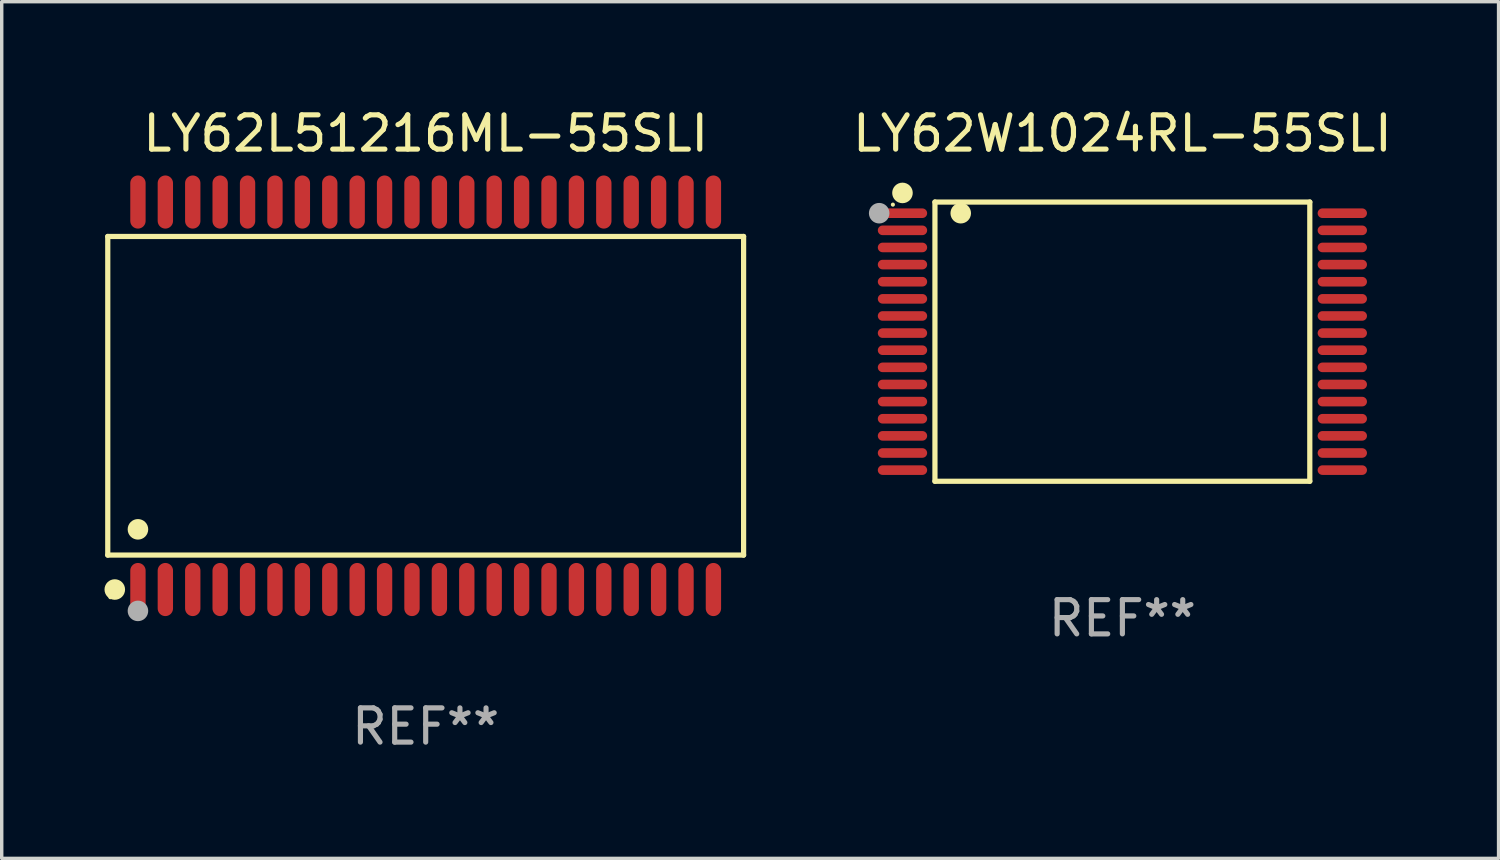
<source format=kicad_pcb>
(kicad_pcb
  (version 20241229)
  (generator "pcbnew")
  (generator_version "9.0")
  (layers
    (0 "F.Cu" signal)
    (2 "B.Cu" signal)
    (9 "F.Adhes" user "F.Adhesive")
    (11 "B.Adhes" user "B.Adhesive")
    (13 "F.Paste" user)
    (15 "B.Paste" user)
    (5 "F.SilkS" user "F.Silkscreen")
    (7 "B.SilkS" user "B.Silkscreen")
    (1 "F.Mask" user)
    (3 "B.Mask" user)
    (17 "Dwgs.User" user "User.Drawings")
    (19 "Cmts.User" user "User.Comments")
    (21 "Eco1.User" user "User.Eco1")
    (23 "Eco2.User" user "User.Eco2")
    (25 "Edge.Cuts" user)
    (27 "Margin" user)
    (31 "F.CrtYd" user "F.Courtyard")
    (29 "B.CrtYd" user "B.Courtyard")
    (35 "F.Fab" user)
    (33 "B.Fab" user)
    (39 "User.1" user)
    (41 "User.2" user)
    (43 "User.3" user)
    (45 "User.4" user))
  (footprint "LY62W1024RL-55SLI"
    (layer "F.Cu")
    (at 29.716 6.924)
    (property "Reference" "LY62W1024RL-55SLI" (at 0 -6.076 0) (layer "F.SilkS") (effects (font (size 1 1) (thickness 0.15))))
    (attr through_hole)
    (fp_line (start -5.472 -4.076) (end 5.471 -4.076) (stroke (width 0.152) (type solid)) (layer "F.SilkS"))
    (fp_line (start -5.472 4.076) (end -5.472 -4.076) (stroke (width 0.152) (type solid)) (layer "F.SilkS"))
    (fp_line (start 5.471 -4.076) (end 5.471 4.076) (stroke (width 0.152) (type solid)) (layer "F.SilkS"))
    (fp_line (start 5.471 4.076) (end -5.472 4.076) (stroke (width 0.152) (type solid)) (layer "F.SilkS"))
    (fp_circle (center -6.7 -4) (end -6.67 -4) (stroke (width 0.06) (type solid)) (fill no) (layer "F.SilkS"))
    (fp_circle (center -6.42 -4.342) (end -6.27 -4.342) (stroke (width 0.3) (type solid)) (fill no) (layer "F.SilkS"))
    (fp_circle (center -4.719 -3.75) (end -4.569 -3.75) (stroke (width 0.3) (type solid)) (fill no) (layer "F.SilkS"))
    (fp_circle (center -7.1 -3.75) (end -6.95 -3.75) (stroke (width 0.3) (type solid)) (fill no) (layer "F.Fab"))
    (fp_text user "REF**" (at 0 8.076 0) (layer "F.Fab") (effects (font (size 1 1) (thickness 0.15))))
    (pad "1" smd oval (at -6.42 -3.75 270) (size 0.28 1.44) (layers "F.Cu" "F.Mask" "F.Paste"))
    (pad "2" smd oval (at -6.42 -3.25 270) (size 0.28 1.44) (layers "F.Cu" "F.Mask" "F.Paste"))
    (pad "3" smd oval (at -6.42 -2.75 270) (size 0.28 1.44) (layers "F.Cu" "F.Mask" "F.Paste"))
    (pad "4" smd oval (at -6.42 -2.25 270) (size 0.28 1.44) (layers "F.Cu" "F.Mask" "F.Paste"))
    (pad "5" smd oval (at -6.42 -1.75 270) (size 0.28 1.44) (layers "F.Cu" "F.Mask" "F.Paste"))
    (pad "6" smd oval (at -6.42 -1.25 270) (size 0.28 1.44) (layers "F.Cu" "F.Mask" "F.Paste"))
    (pad "7" smd oval (at -6.42 -0.75 270) (size 0.28 1.44) (layers "F.Cu" "F.Mask" "F.Paste"))
    (pad "8" smd oval (at -6.42 -0.25 270) (size 0.28 1.44) (layers "F.Cu" "F.Mask" "F.Paste"))
    (pad "9" smd oval (at -6.42 0.25 270) (size 0.28 1.44) (layers "F.Cu" "F.Mask" "F.Paste"))
    (pad "10" smd oval (at -6.42 0.75 270) (size 0.28 1.44) (layers "F.Cu" "F.Mask" "F.Paste"))
    (pad "11" smd oval (at -6.42 1.25 270) (size 0.28 1.44) (layers "F.Cu" "F.Mask" "F.Paste"))
    (pad "12" smd oval (at -6.42 1.75 270) (size 0.28 1.44) (layers "F.Cu" "F.Mask" "F.Paste"))
    (pad "13" smd oval (at -6.42 2.25 270) (size 0.28 1.44) (layers "F.Cu" "F.Mask" "F.Paste"))
    (pad "14" smd oval (at -6.42 2.75 270) (size 0.28 1.44) (layers "F.Cu" "F.Mask" "F.Paste"))
    (pad "15" smd oval (at -6.42 3.25 270) (size 0.28 1.44) (layers "F.Cu" "F.Mask" "F.Paste"))
    (pad "16" smd oval (at -6.42 3.75 270) (size 0.28 1.44) (layers "F.Cu" "F.Mask" "F.Paste"))
    (pad "17" smd oval (at 6.42 3.75 270) (size 0.28 1.44) (layers "F.Cu" "F.Mask" "F.Paste"))
    (pad "18" smd oval (at 6.42 3.25 270) (size 0.28 1.44) (layers "F.Cu" "F.Mask" "F.Paste"))
    (pad "19" smd oval (at 6.42 2.75 270) (size 0.28 1.44) (layers "F.Cu" "F.Mask" "F.Paste"))
    (pad "20" smd oval (at 6.42 2.25 270) (size 0.28 1.44) (layers "F.Cu" "F.Mask" "F.Paste"))
    (pad "21" smd oval (at 6.42 1.75 270) (size 0.28 1.44) (layers "F.Cu" "F.Mask" "F.Paste"))
    (pad "22" smd oval (at 6.42 1.25 270) (size 0.28 1.44) (layers "F.Cu" "F.Mask" "F.Paste"))
    (pad "23" smd oval (at 6.42 0.75 270) (size 0.28 1.44) (layers "F.Cu" "F.Mask" "F.Paste"))
    (pad "24" smd oval (at 6.42 0.25 270) (size 0.28 1.44) (layers "F.Cu" "F.Mask" "F.Paste"))
    (pad "25" smd oval (at 6.42 -0.25 270) (size 0.28 1.44) (layers "F.Cu" "F.Mask" "F.Paste"))
    (pad "26" smd oval (at 6.42 -0.75 270) (size 0.28 1.44) (layers "F.Cu" "F.Mask" "F.Paste"))
    (pad "27" smd oval (at 6.42 -1.25 270) (size 0.28 1.44) (layers "F.Cu" "F.Mask" "F.Paste"))
    (pad "28" smd oval (at 6.42 -1.75 270) (size 0.28 1.44) (layers "F.Cu" "F.Mask" "F.Paste"))
    (pad "29" smd oval (at 6.42 -2.25 270) (size 0.28 1.44) (layers "F.Cu" "F.Mask" "F.Paste"))
    (pad "30" smd oval (at 6.42 -2.75 270) (size 0.28 1.44) (layers "F.Cu" "F.Mask" "F.Paste"))
    (pad "31" smd oval (at 6.42 -3.25 270) (size 0.28 1.44) (layers "F.Cu" "F.Mask" "F.Paste"))
    (pad "32" smd oval (at 6.42 -3.75 270) (size 0.28 1.44) (layers "F.Cu" "F.Mask" "F.Paste")))
  (footprint "LY62L51216ML-55SLI"
    (layer "F.Cu")
    (at 9.377 8.504)
    (property "Reference" "LY62L51216ML-55SLI" (at 0 -7.656 0) (layer "F.SilkS") (effects (font (size 1 1) (thickness 0.15))))
    (attr through_hole)
    (fp_line (start -9.281 -4.651) (end 9.281 -4.651) (stroke (width 0.152) (type solid)) (layer "F.SilkS"))
    (fp_line (start -9.281 4.651) (end -9.281 -4.651) (stroke (width 0.152) (type solid)) (layer "F.SilkS"))
    (fp_line (start 9.281 -4.651) (end 9.281 4.651) (stroke (width 0.152) (type solid)) (layer "F.SilkS"))
    (fp_line (start 9.281 4.651) (end -9.281 4.651) (stroke (width 0.152) (type solid)) (layer "F.SilkS"))
    (fp_circle (center -9.205 5.88) (end -9.175 5.88) (stroke (width 0.06) (type solid)) (fill no) (layer "F.SilkS"))
    (fp_circle (center -9.076 5.656) (end -8.926 5.656) (stroke (width 0.3) (type solid)) (fill no) (layer "F.SilkS"))
    (fp_circle (center -8.4 3.899) (end -8.25 3.899) (stroke (width 0.3) (type solid)) (fill no) (layer "F.SilkS"))
    (fp_circle (center -8.4 6.28) (end -8.25 6.28) (stroke (width 0.3) (type solid)) (fill no) (layer "F.Fab"))
    (fp_text user "REF**" (at 0 9.656 0) (layer "F.Fab") (effects (font (size 1 1) (thickness 0.15))))
    (pad "1" smd oval (at -8.4 5.656) (size 0.448 1.551) (layers "F.Cu" "F.Mask" "F.Paste"))
    (pad "2" smd oval (at -7.6 5.656) (size 0.448 1.551) (layers "F.Cu" "F.Mask" "F.Paste"))
    (pad "3" smd oval (at -6.8 5.656) (size 0.448 1.551) (layers "F.Cu" "F.Mask" "F.Paste"))
    (pad "4" smd oval (at -6 5.656) (size 0.448 1.551) (layers "F.Cu" "F.Mask" "F.Paste"))
    (pad "5" smd oval (at -5.2 5.656) (size 0.448 1.551) (layers "F.Cu" "F.Mask" "F.Paste"))
    (pad "6" smd oval (at -4.4 5.656) (size 0.448 1.551) (layers "F.Cu" "F.Mask" "F.Paste"))
    (pad "7" smd oval (at -3.6 5.656) (size 0.448 1.551) (layers "F.Cu" "F.Mask" "F.Paste"))
    (pad "8" smd oval (at -2.8 5.656) (size 0.448 1.551) (layers "F.Cu" "F.Mask" "F.Paste"))
    (pad "9" smd oval (at -2 5.656) (size 0.448 1.551) (layers "F.Cu" "F.Mask" "F.Paste"))
    (pad "10" smd oval (at -1.2 5.656) (size 0.448 1.551) (layers "F.Cu" "F.Mask" "F.Paste"))
    (pad "11" smd oval (at -0.4 5.656) (size 0.448 1.551) (layers "F.Cu" "F.Mask" "F.Paste"))
    (pad "12" smd oval (at 0.4 5.656) (size 0.448 1.551) (layers "F.Cu" "F.Mask" "F.Paste"))
    (pad "13" smd oval (at 1.2 5.656) (size 0.448 1.551) (layers "F.Cu" "F.Mask" "F.Paste"))
    (pad "14" smd oval (at 2 5.656) (size 0.448 1.551) (layers "F.Cu" "F.Mask" "F.Paste"))
    (pad "15" smd oval (at 2.8 5.656) (size 0.448 1.551) (layers "F.Cu" "F.Mask" "F.Paste"))
    (pad "16" smd oval (at 3.6 5.656) (size 0.448 1.551) (layers "F.Cu" "F.Mask" "F.Paste"))
    (pad "17" smd oval (at 4.4 5.656) (size 0.448 1.551) (layers "F.Cu" "F.Mask" "F.Paste"))
    (pad "18" smd oval (at 5.2 5.656) (size 0.448 1.551) (layers "F.Cu" "F.Mask" "F.Paste"))
    (pad "19" smd oval (at 6 5.656) (size 0.448 1.551) (layers "F.Cu" "F.Mask" "F.Paste"))
    (pad "20" smd oval (at 6.8 5.656) (size 0.448 1.551) (layers "F.Cu" "F.Mask" "F.Paste"))
    (pad "21" smd oval (at 7.6 5.656) (size 0.448 1.551) (layers "F.Cu" "F.Mask" "F.Paste"))
    (pad "22" smd oval (at 8.4 5.656) (size 0.448 1.551) (layers "F.Cu" "F.Mask" "F.Paste"))
    (pad "23" smd oval (at 8.4 -5.656) (size 0.448 1.551) (layers "F.Cu" "F.Mask" "F.Paste"))
    (pad "24" smd oval (at 7.6 -5.656) (size 0.448 1.551) (layers "F.Cu" "F.Mask" "F.Paste"))
    (pad "25" smd oval (at 6.8 -5.656) (size 0.448 1.551) (layers "F.Cu" "F.Mask" "F.Paste"))
    (pad "26" smd oval (at 6 -5.656) (size 0.448 1.551) (layers "F.Cu" "F.Mask" "F.Paste"))
    (pad "27" smd oval (at 5.2 -5.656) (size 0.448 1.551) (layers "F.Cu" "F.Mask" "F.Paste"))
    (pad "28" smd oval (at 4.4 -5.656) (size 0.448 1.551) (layers "F.Cu" "F.Mask" "F.Paste"))
    (pad "29" smd oval (at 3.6 -5.656) (size 0.448 1.551) (layers "F.Cu" "F.Mask" "F.Paste"))
    (pad "30" smd oval (at 2.8 -5.656) (size 0.448 1.551) (layers "F.Cu" "F.Mask" "F.Paste"))
    (pad "31" smd oval (at 2 -5.656) (size 0.448 1.551) (layers "F.Cu" "F.Mask" "F.Paste"))
    (pad "32" smd oval (at 1.2 -5.656) (size 0.448 1.551) (layers "F.Cu" "F.Mask" "F.Paste"))
    (pad "33" smd oval (at 0.4 -5.656) (size 0.448 1.551) (layers "F.Cu" "F.Mask" "F.Paste"))
    (pad "34" smd oval (at -0.4 -5.656) (size 0.448 1.551) (layers "F.Cu" "F.Mask" "F.Paste"))
    (pad "35" smd oval (at -1.2 -5.656) (size 0.448 1.551) (layers "F.Cu" "F.Mask" "F.Paste"))
    (pad "36" smd oval (at -2 -5.656) (size 0.448 1.551) (layers "F.Cu" "F.Mask" "F.Paste"))
    (pad "37" smd oval (at -2.8 -5.656) (size 0.448 1.551) (layers "F.Cu" "F.Mask" "F.Paste"))
    (pad "38" smd oval (at -3.6 -5.656) (size 0.448 1.551) (layers "F.Cu" "F.Mask" "F.Paste"))
    (pad "39" smd oval (at -4.4 -5.656) (size 0.448 1.551) (layers "F.Cu" "F.Mask" "F.Paste"))
    (pad "40" smd oval (at -5.2 -5.656) (size 0.448 1.551) (layers "F.Cu" "F.Mask" "F.Paste"))
    (pad "41" smd oval (at -6 -5.656) (size 0.448 1.551) (layers "F.Cu" "F.Mask" "F.Paste"))
    (pad "42" smd oval (at -6.8 -5.656) (size 0.448 1.551) (layers "F.Cu" "F.Mask" "F.Paste"))
    (pad "43" smd oval (at -7.6 -5.656) (size 0.448 1.551) (layers "F.Cu" "F.Mask" "F.Paste"))
    (pad "44" smd oval (at -8.4 -5.656) (size 0.448 1.551) (layers "F.Cu" "F.Mask" "F.Paste")))
  (gr_rect
    (start -3 -3)
    (end 40.698 22.008)
    (stroke (width 0.1) (type default))
    (fill no)
    (layer "Edge.Cuts")))
</source>
